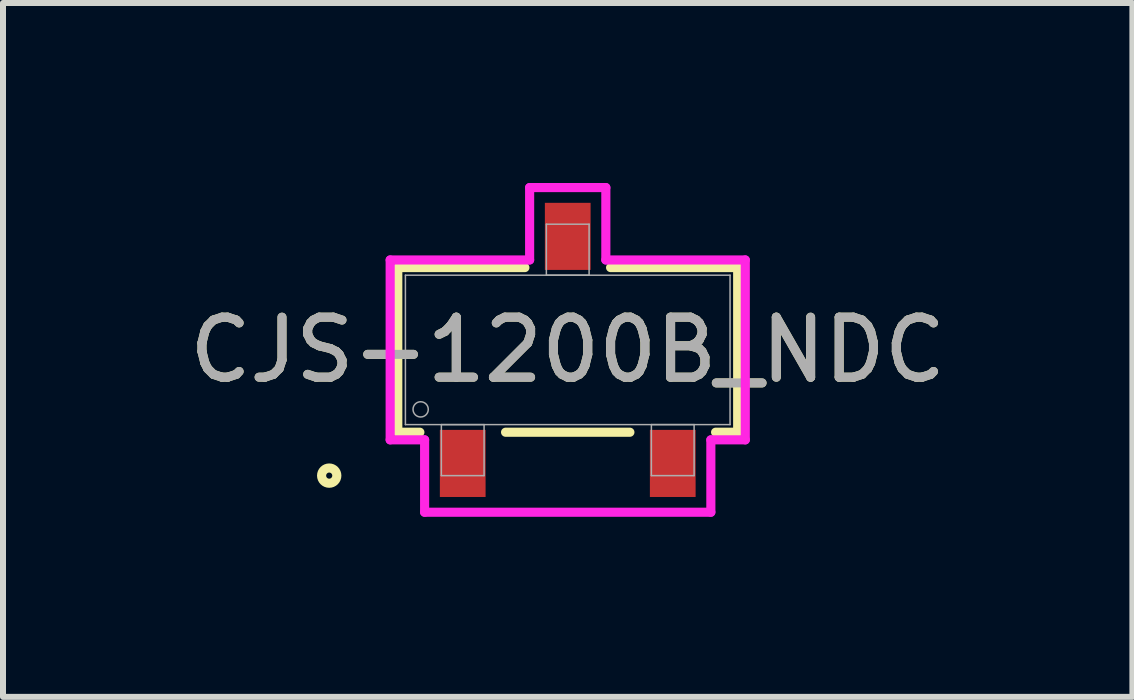
<source format=kicad_pcb>
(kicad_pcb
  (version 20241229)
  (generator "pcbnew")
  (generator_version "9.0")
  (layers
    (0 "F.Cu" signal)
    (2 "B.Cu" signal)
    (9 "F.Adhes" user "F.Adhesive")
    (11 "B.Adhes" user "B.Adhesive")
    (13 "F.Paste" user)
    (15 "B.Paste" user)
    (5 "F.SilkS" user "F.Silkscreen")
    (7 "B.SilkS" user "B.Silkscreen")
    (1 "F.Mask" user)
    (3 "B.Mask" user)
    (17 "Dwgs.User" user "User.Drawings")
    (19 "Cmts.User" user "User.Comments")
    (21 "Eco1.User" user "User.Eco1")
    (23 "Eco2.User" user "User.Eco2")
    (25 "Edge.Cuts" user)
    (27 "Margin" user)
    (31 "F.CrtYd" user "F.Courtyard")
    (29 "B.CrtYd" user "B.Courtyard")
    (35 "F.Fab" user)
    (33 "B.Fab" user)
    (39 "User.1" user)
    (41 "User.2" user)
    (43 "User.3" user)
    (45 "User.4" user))
  (footprint "CJS-1200B_NDC"
    (layer "F.Cu")
    (at 6.411 2.781)
    (property "Reference" "CJS-1200B_NDC" (at 0 0 0) (unlocked yes) (layer "F.SilkS") (effects (font (size 1 1) (thickness 0.15))))
    (attr smd)
    (fp_line (start -2.832 -1.372) (end -2.832 1.372) (stroke (width 0.152) (type solid)) (layer "F.SilkS"))
    (fp_line (start -2.832 1.372) (end -2.464 1.372) (stroke (width 0.152) (type solid)) (layer "F.SilkS"))
    (fp_line (start -1.036 1.372) (end 1.036 1.372) (stroke (width 0.152) (type solid)) (layer "F.SilkS"))
    (fp_line (start -0.714 -1.372) (end -2.832 -1.372) (stroke (width 0.152) (type solid)) (layer "F.SilkS"))
    (fp_line (start 2.464 1.372) (end 2.832 1.372) (stroke (width 0.152) (type solid)) (layer "F.SilkS"))
    (fp_line (start 2.832 -1.372) (end 0.714 -1.372) (stroke (width 0.152) (type solid)) (layer "F.SilkS"))
    (fp_line (start 2.832 1.372) (end 2.832 -1.372) (stroke (width 0.152) (type solid)) (layer "F.SilkS"))
    (fp_circle (center -3.975 2.095) (end -3.848 2.095) (stroke (width 0.152) (type solid)) (fill no) (layer "F.SilkS"))
    (fp_line (start -2.959 -1.499) (end -0.635 -1.499) (stroke (width 0.152) (type solid)) (layer "F.CrtYd"))
    (fp_line (start -2.959 1.499) (end -2.959 -1.499) (stroke (width 0.152) (type solid)) (layer "F.CrtYd"))
    (fp_line (start -2.959 1.499) (end -2.385 1.499) (stroke (width 0.152) (type solid)) (layer "F.CrtYd"))
    (fp_line (start -2.385 1.499) (end -2.385 2.705) (stroke (width 0.152) (type solid)) (layer "F.CrtYd"))
    (fp_line (start -2.385 2.705) (end 2.385 2.705) (stroke (width 0.152) (type solid)) (layer "F.CrtYd"))
    (fp_line (start -0.635 -2.705) (end 0.635 -2.705) (stroke (width 0.152) (type solid)) (layer "F.CrtYd"))
    (fp_line (start -0.635 -1.499) (end -0.635 -2.705) (stroke (width 0.152) (type solid)) (layer "F.CrtYd"))
    (fp_line (start 0.635 -1.499) (end 0.635 -2.705) (stroke (width 0.152) (type solid)) (layer "F.CrtYd"))
    (fp_line (start 2.385 1.499) (end 2.385 2.705) (stroke (width 0.152) (type solid)) (layer "F.CrtYd"))
    (fp_line (start 2.959 -1.499) (end 0.635 -1.499) (stroke (width 0.152) (type solid)) (layer "F.CrtYd"))
    (fp_line (start 2.959 -1.499) (end 2.959 1.499) (stroke (width 0.152) (type solid)) (layer "F.CrtYd"))
    (fp_line (start 2.959 1.499) (end 2.385 1.499) (stroke (width 0.152) (type solid)) (layer "F.CrtYd"))
    (fp_line (start -2.705 -1.245) (end -2.705 1.245) (stroke (width 0.025) (type solid)) (layer "F.Fab"))
    (fp_line (start -2.705 1.245) (end 2.705 1.245) (stroke (width 0.025) (type solid)) (layer "F.Fab"))
    (fp_line (start -2.106 1.245) (end -2.106 2.095) (stroke (width 0.025) (type solid)) (layer "F.Fab"))
    (fp_line (start -2.106 2.095) (end -1.394 2.095) (stroke (width 0.025) (type solid)) (layer "F.Fab"))
    (fp_line (start -1.394 1.245) (end -2.106 1.245) (stroke (width 0.025) (type solid)) (layer "F.Fab"))
    (fp_line (start -1.394 2.095) (end -1.394 1.245) (stroke (width 0.025) (type solid)) (layer "F.Fab"))
    (fp_line (start -0.356 -2.095) (end -0.356 -1.245) (stroke (width 0.025) (type solid)) (layer "F.Fab"))
    (fp_line (start -0.356 -1.245) (end 0.356 -1.245) (stroke (width 0.025) (type solid)) (layer "F.Fab"))
    (fp_line (start 0.356 -2.095) (end -0.356 -2.095) (stroke (width 0.025) (type solid)) (layer "F.Fab"))
    (fp_line (start 0.356 -1.245) (end 0.356 -2.095) (stroke (width 0.025) (type solid)) (layer "F.Fab"))
    (fp_line (start 1.394 1.245) (end 1.394 2.095) (stroke (width 0.025) (type solid)) (layer "F.Fab"))
    (fp_line (start 1.394 2.095) (end 2.106 2.095) (stroke (width 0.025) (type solid)) (layer "F.Fab"))
    (fp_line (start 2.106 1.245) (end 1.394 1.245) (stroke (width 0.025) (type solid)) (layer "F.Fab"))
    (fp_line (start 2.106 2.095) (end 2.106 1.245) (stroke (width 0.025) (type solid)) (layer "F.Fab"))
    (fp_line (start 2.705 -1.245) (end -2.705 -1.245) (stroke (width 0.025) (type solid)) (layer "F.Fab"))
    (fp_line (start 2.705 1.245) (end 2.705 -1.245) (stroke (width 0.025) (type solid)) (layer "F.Fab"))
    (fp_circle (center -2.451 0.991) (end -2.324 0.991) (stroke (width 0.025) (type solid)) (fill no) (layer "F.Fab"))
    (fp_text user "${REFERENCE}" (at 0 0 0) (unlocked yes) (layer "F.Fab") (effects (font (size 1 1) (thickness 0.15))))
    (pad "1" smd rect (at -1.75 1.892) (size 0.762 1.118) (layers "F.Cu" "F.Mask" "F.Paste"))
    (pad "2" smd rect (at 0 -1.892) (size 0.762 1.118) (layers "F.Cu" "F.Mask" "F.Paste"))
    (pad "3" smd rect (at 1.75 1.892) (size 0.762 1.118) (layers "F.Cu" "F.Mask" "F.Paste")))
  (gr_rect
    (start -3 -3)
    (end 15.821 8.563)
    (stroke (width 0.1) (type default))
    (fill no)
    (layer "Edge.Cuts")))
</source>
